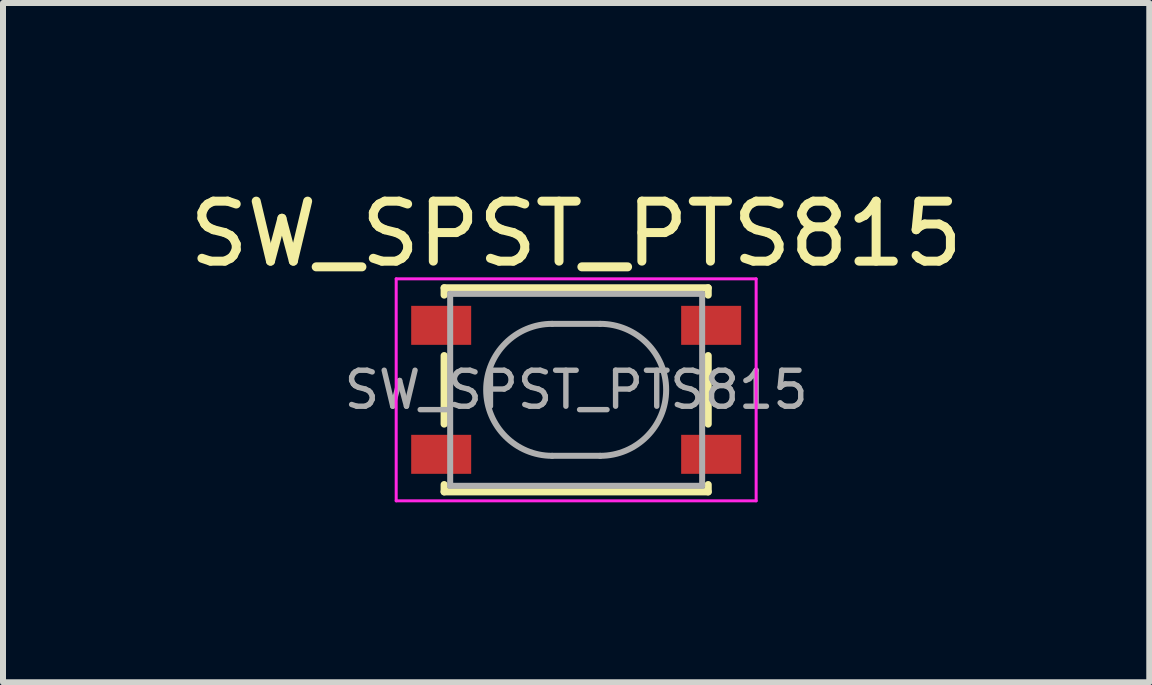
<source format=kicad_pcb>
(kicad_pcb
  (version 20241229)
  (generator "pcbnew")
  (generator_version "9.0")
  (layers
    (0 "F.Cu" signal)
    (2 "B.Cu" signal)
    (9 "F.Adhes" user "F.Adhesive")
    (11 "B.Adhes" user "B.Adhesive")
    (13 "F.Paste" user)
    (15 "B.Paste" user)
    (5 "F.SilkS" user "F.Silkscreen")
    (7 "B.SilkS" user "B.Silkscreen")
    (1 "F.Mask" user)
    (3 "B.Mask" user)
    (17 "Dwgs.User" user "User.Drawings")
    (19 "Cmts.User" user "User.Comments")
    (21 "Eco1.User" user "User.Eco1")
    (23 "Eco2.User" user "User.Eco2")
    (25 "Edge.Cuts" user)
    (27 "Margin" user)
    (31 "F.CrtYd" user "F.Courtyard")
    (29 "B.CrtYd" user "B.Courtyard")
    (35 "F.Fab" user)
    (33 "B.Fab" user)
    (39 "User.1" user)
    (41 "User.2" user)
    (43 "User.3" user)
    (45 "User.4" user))
  (footprint "SW_SPST_PTS815"
    (layer "F.Cu")
    (at 6.554 3.448)
    (property "Reference" "SW_SPST_PTS815" (at 0 -2.6 0) (layer "F.SilkS") (effects (font (size 1 1) (thickness 0.15))))
    (attr smd)
    (fp_line (start -2.2 -1.7) (end -2.2 -1.58) (stroke (width 0.12) (type solid)) (layer "F.SilkS"))
    (fp_line (start -2.2 -0.57) (end -2.2 0.57) (stroke (width 0.12) (type solid)) (layer "F.SilkS"))
    (fp_line (start -2.2 1.58) (end -2.2 1.7) (stroke (width 0.12) (type solid)) (layer "F.SilkS"))
    (fp_line (start -2.2 1.7) (end 2.2 1.7) (stroke (width 0.12) (type solid)) (layer "F.SilkS"))
    (fp_line (start 2.2 -1.7) (end -2.2 -1.7) (stroke (width 0.12) (type solid)) (layer "F.SilkS"))
    (fp_line (start 2.2 -1.58) (end 2.2 -1.7) (stroke (width 0.12) (type solid)) (layer "F.SilkS"))
    (fp_line (start 2.2 0.57) (end 2.2 -0.57) (stroke (width 0.12) (type solid)) (layer "F.SilkS"))
    (fp_line (start 2.2 1.7) (end 2.2 1.58) (stroke (width 0.12) (type solid)) (layer "F.SilkS"))
    (fp_line (start -3 -1.85) (end 3 -1.85) (stroke (width 0.05) (type solid)) (layer "F.CrtYd"))
    (fp_line (start -3 1.85) (end -3 -1.85) (stroke (width 0.05) (type solid)) (layer "F.CrtYd"))
    (fp_line (start 3 -1.85) (end 3 1.85) (stroke (width 0.05) (type solid)) (layer "F.CrtYd"))
    (fp_line (start 3 1.85) (end -3 1.85) (stroke (width 0.05) (type solid)) (layer "F.CrtYd"))
    (fp_line (start -2.1 -1.6) (end -2.1 1.6) (stroke (width 0.1) (type solid)) (layer "F.Fab"))
    (fp_line (start -2.1 1.6) (end 2.1 1.6) (stroke (width 0.1) (type solid)) (layer "F.Fab"))
    (fp_line (start -0.4 -1.1) (end 0.4 -1.1) (stroke (width 0.1) (type solid)) (layer "F.Fab"))
    (fp_line (start 0.4 1.1) (end -0.4 1.1) (stroke (width 0.1) (type solid)) (layer "F.Fab"))
    (fp_line (start 2.1 -1.6) (end -2.1 -1.6) (stroke (width 0.1) (type solid)) (layer "F.Fab"))
    (fp_line (start 2.1 1.6) (end 2.1 -1.6) (stroke (width 0.1) (type solid)) (layer "F.Fab"))
    (fp_arc (start -0.4 1.1) (mid -1.5 0) (end -0.4 -1.1) (stroke (width 0.1) (type solid)) (layer "F.Fab"))
    (fp_arc (start 0.4 -1.1) (mid 1.5 0) (end 0.4 1.1) (stroke (width 0.1) (type solid)) (layer "F.Fab"))
    (fp_text user "${REFERENCE}" (at 0 0 0) (layer "F.Fab") (effects (font (size 0.6 0.6) (thickness 0.09))))
    (pad "1" smd rect (at -2.25 -1.075) (size 1 0.65) (layers "F.Cu" "F.Mask" "F.Paste"))
    (pad "1" smd rect (at 2.25 -1.075) (size 1 0.65) (layers "F.Cu" "F.Mask" "F.Paste"))
    (pad "2" smd rect (at -2.25 1.075) (size 1 0.65) (layers "F.Cu" "F.Mask" "F.Paste"))
    (pad "2" smd rect (at 2.25 1.075) (size 1 0.65) (layers "F.Cu" "F.Mask" "F.Paste")))
  (gr_rect
    (start -3 -3)
    (end 16.107 8.323)
    (stroke (width 0.1) (type default))
    (fill no)
    (layer "Edge.Cuts")))
</source>
